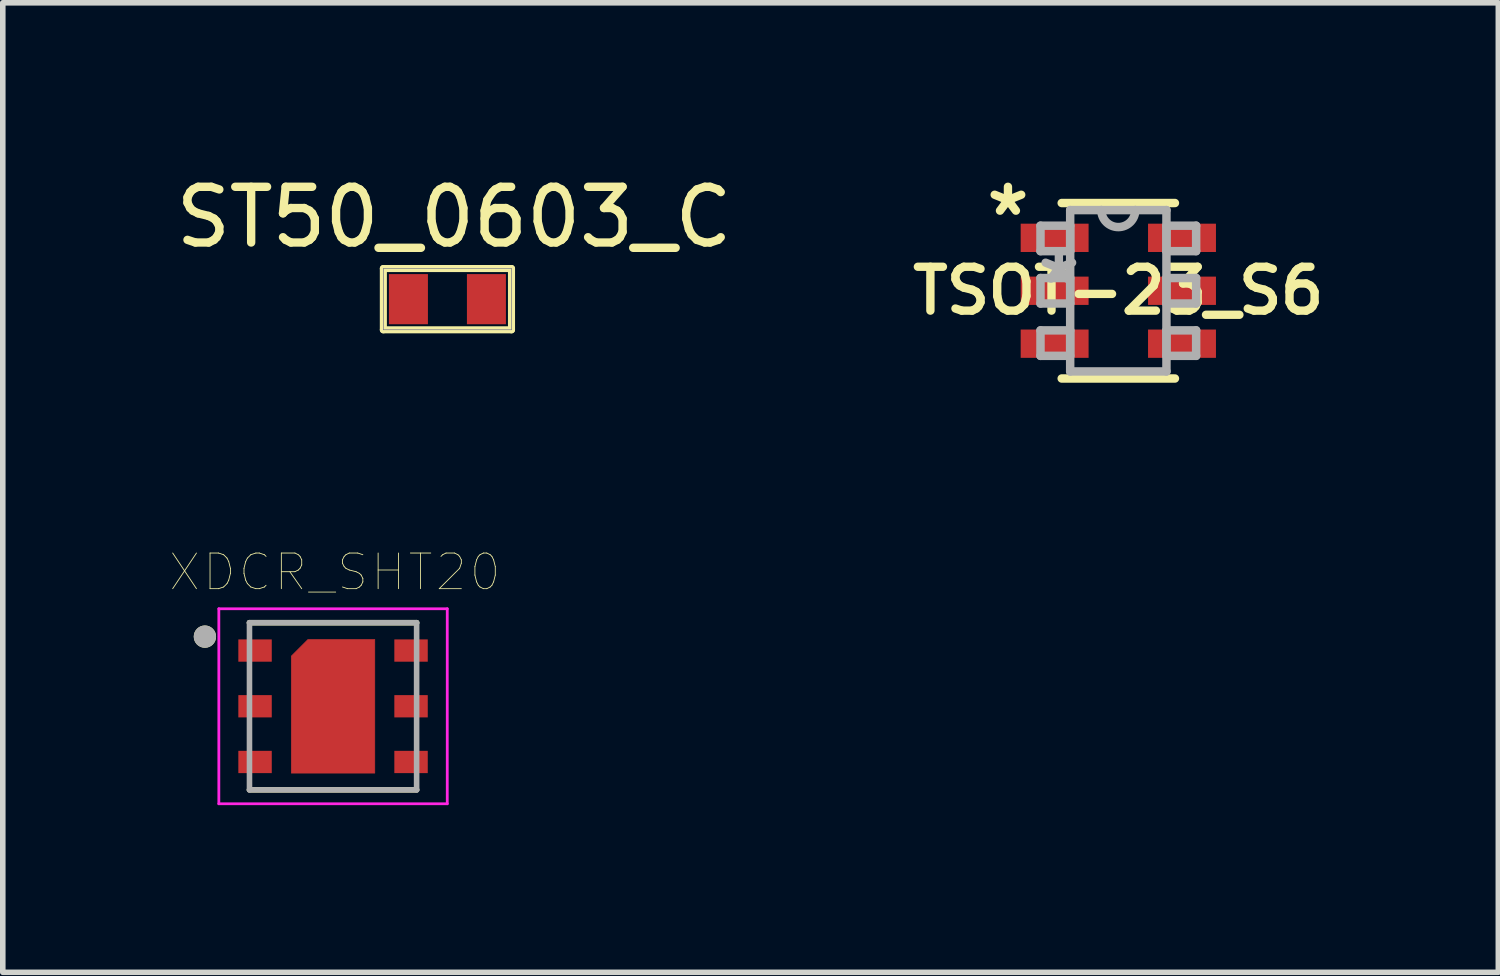
<source format=kicad_pcb>
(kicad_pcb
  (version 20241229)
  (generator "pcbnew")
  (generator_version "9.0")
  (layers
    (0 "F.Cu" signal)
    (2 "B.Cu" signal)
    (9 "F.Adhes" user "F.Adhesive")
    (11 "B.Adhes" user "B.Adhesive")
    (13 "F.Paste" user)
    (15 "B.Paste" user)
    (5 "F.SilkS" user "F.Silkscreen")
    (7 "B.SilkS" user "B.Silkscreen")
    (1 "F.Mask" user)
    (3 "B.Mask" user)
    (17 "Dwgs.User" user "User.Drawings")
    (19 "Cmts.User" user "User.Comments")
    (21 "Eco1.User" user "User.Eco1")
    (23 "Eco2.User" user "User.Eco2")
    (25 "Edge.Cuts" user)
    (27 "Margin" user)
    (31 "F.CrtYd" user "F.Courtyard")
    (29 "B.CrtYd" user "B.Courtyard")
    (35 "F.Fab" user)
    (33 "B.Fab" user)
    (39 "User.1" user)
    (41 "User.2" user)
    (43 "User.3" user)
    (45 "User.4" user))
  (footprint "ST50_0603_C"
    (layer "F.Cu")
    (at 5.101 2.278)
    (property "Reference" "ST50_0603_C" (at 0 -1.43 0) (layer "F.SilkS") (effects (font (size 1 1) (thickness 0.15))))
    (attr smd)
    (fp_line (start -1.27 -0.508) (end -1.27 0.592) (stroke (width 0.127) (type solid)) (layer "F.SilkS"))
    (fp_line (start -1.27 -0.508) (end 1.03 -0.508) (stroke (width 0.127) (type solid)) (layer "F.SilkS"))
    (fp_line (start -1.27 0.592) (end 1.03 0.592) (stroke (width 0.127) (type solid)) (layer "F.SilkS"))
    (fp_line (start 1.03 -0.508) (end 1.03 0.592) (stroke (width 0.127) (type solid)) (layer "F.SilkS"))
    (fp_line (start -1.27 -0.508) (end -1.27 0.592) (stroke (width 0.01) (type solid)) (layer "B.Fab"))
    (fp_line (start -1.27 -0.508) (end 1.03 -0.508) (stroke (width 0.01) (type solid)) (layer "B.Fab"))
    (fp_line (start -1.27 0.592) (end 1.03 0.592) (stroke (width 0.01) (type solid)) (layer "B.Fab"))
    (fp_line (start 1.03 -0.508) (end 1.03 0.592) (stroke (width 0.01) (type solid)) (layer "B.Fab"))
    (fp_line (start -0.92 -0.358) (end -0.92 0.442) (stroke (width 0.002) (type solid)) (layer "User.1"))
    (fp_line (start -0.92 -0.358) (end 0.68 -0.358) (stroke (width 0.002) (type solid)) (layer "User.1"))
    (fp_line (start 0.68 -0.358) (end 0.68 0.442) (stroke (width 0.002) (type solid)) (layer "User.1"))
    (fp_line (start 0.68 0.442) (end -0.92 0.442) (stroke (width 0.002) (type solid)) (layer "User.1"))
    (pad "1" smd rect (at -0.82 0.042) (size 0.7 0.9) (layers "F.Cu" "F.Mask" "F.Paste"))
    (pad "2" smd rect (at 0.58 0.042) (size 0.7 0.9) (layers "F.Cu" "F.Mask" "F.Paste")))
  (footprint "TSOT-23_S6"
    (layer "F.Cu")
    (at 17.023 2.169)
    (property "Reference" "TSOT-23_S6" (at 0 0 0) (layer "F.SilkS") (effects (font (size 0.787 0.787) (thickness 0.15))))
    (attr smd)
    (fp_line (start -1.016 1.575) (end 1.016 1.575) (stroke (width 0.152) (type solid)) (layer "F.SilkS"))
    (fp_line (start 1.016 -1.575) (end -1.016 -1.575) (stroke (width 0.152) (type solid)) (layer "F.SilkS"))
    (fp_line (start -1.397 -1.168) (end -1.397 -0.711) (stroke (width 0.152) (type solid)) (layer "F.Fab"))
    (fp_line (start -1.397 -0.711) (end -0.864 -0.711) (stroke (width 0.152) (type solid)) (layer "F.Fab"))
    (fp_line (start -1.397 -0.229) (end -1.397 0.229) (stroke (width 0.152) (type solid)) (layer "F.Fab"))
    (fp_line (start -1.397 0.229) (end -0.864 0.229) (stroke (width 0.152) (type solid)) (layer "F.Fab"))
    (fp_line (start -1.397 0.711) (end -1.397 1.168) (stroke (width 0.152) (type solid)) (layer "F.Fab"))
    (fp_line (start -1.397 1.168) (end -0.864 1.168) (stroke (width 0.152) (type solid)) (layer "F.Fab"))
    (fp_line (start -0.864 -1.448) (end -0.864 1.448) (stroke (width 0.152) (type solid)) (layer "F.Fab"))
    (fp_line (start -0.864 -1.168) (end -1.397 -1.168) (stroke (width 0.152) (type solid)) (layer "F.Fab"))
    (fp_line (start -0.864 -0.711) (end -0.864 -1.168) (stroke (width 0.152) (type solid)) (layer "F.Fab"))
    (fp_line (start -0.864 -0.229) (end -1.397 -0.229) (stroke (width 0.152) (type solid)) (layer "F.Fab"))
    (fp_line (start -0.864 0.229) (end -0.864 -0.229) (stroke (width 0.152) (type solid)) (layer "F.Fab"))
    (fp_line (start -0.864 0.711) (end -1.397 0.711) (stroke (width 0.152) (type solid)) (layer "F.Fab"))
    (fp_line (start -0.864 1.168) (end -0.864 0.711) (stroke (width 0.152) (type solid)) (layer "F.Fab"))
    (fp_line (start -0.864 1.448) (end 0.864 1.448) (stroke (width 0.152) (type solid)) (layer "F.Fab"))
    (fp_line (start -0.305 -1.448) (end -0.864 -1.448) (stroke (width 0.152) (type solid)) (layer "F.Fab"))
    (fp_line (start 0.305 -1.448) (end -0.305 -1.448) (stroke (width 0.152) (type solid)) (layer "F.Fab"))
    (fp_line (start 0.864 -1.448) (end 0.305 -1.448) (stroke (width 0.152) (type solid)) (layer "F.Fab"))
    (fp_line (start 0.864 -1.168) (end 0.864 -0.711) (stroke (width 0.152) (type solid)) (layer "F.Fab"))
    (fp_line (start 0.864 -0.711) (end 1.397 -0.711) (stroke (width 0.152) (type solid)) (layer "F.Fab"))
    (fp_line (start 0.864 -0.229) (end 0.864 0.229) (stroke (width 0.152) (type solid)) (layer "F.Fab"))
    (fp_line (start 0.864 0.229) (end 1.397 0.229) (stroke (width 0.152) (type solid)) (layer "F.Fab"))
    (fp_line (start 0.864 0.711) (end 0.864 1.168) (stroke (width 0.152) (type solid)) (layer "F.Fab"))
    (fp_line (start 0.864 1.168) (end 1.397 1.168) (stroke (width 0.152) (type solid)) (layer "F.Fab"))
    (fp_line (start 0.864 1.448) (end 0.864 -1.448) (stroke (width 0.152) (type solid)) (layer "F.Fab"))
    (fp_line (start 1.397 -1.168) (end 0.864 -1.168) (stroke (width 0.152) (type solid)) (layer "F.Fab"))
    (fp_line (start 1.397 -0.711) (end 1.397 -1.168) (stroke (width 0.152) (type solid)) (layer "F.Fab"))
    (fp_line (start 1.397 -0.229) (end 0.864 -0.229) (stroke (width 0.152) (type solid)) (layer "F.Fab"))
    (fp_line (start 1.397 0.229) (end 1.397 -0.229) (stroke (width 0.152) (type solid)) (layer "F.Fab"))
    (fp_line (start 1.397 0.711) (end 0.864 0.711) (stroke (width 0.152) (type solid)) (layer "F.Fab"))
    (fp_line (start 1.397 1.168) (end 1.397 0.711) (stroke (width 0.152) (type solid)) (layer "F.Fab"))
    (fp_arc (start 0.3048 -1.4478) (mid 0 -1.143) (end -0.3048 -1.4478) (stroke (width 0.1524) (type solid)) (layer "F.Fab"))
    (fp_text user "*" (at -1.981 -1.321 0) (layer "F.SilkS") (effects (font (size 1 1) (thickness 0.15))))
    (fp_text user "*" (at -1.067 -0.102 0) (layer "F.Fab") (effects (font (size 1 1) (thickness 0.15))))
    (pad "1" smd rect (at -1.143 -0.95) (size 1.219 0.508) (layers "F.Cu" "F.Mask" "F.Paste"))
    (pad "2" smd rect (at -1.143 0) (size 1.219 0.508) (layers "F.Cu" "F.Mask" "F.Paste"))
    (pad "3" smd rect (at -1.143 0.95) (size 1.219 0.508) (layers "F.Cu" "F.Mask" "F.Paste"))
    (pad "4" smd rect (at 1.143 0.95) (size 1.219 0.508) (layers "F.Cu" "F.Mask" "F.Paste"))
    (pad "5" smd rect (at 1.143 0) (size 1.219 0.508) (layers "F.Cu" "F.Mask" "F.Paste"))
    (pad "6" smd rect (at 1.143 -0.95) (size 1.219 0.508) (layers "F.Cu" "F.Mask" "F.Paste")))
  (footprint "XDCR_SHT20"
    (layer "F.Cu")
    (at 2.928 9.627)
    (property "Reference" "XDCR_SHT20" (at 0.032 -2.406 0) (layer "F.SilkS") (effects (font (size 0.64 0.64) (thickness 0.015))))
    (attr through_hole)
    (fp_poly (pts (xy -0.45 -1.2) (xy 0.75 -1.2) (xy 0.75 1.2) (xy -0.75 1.2) (xy -0.75 -0.9)) (stroke (width 0.01) (type solid)) (fill yes) (layer "F.Cu"))
    (fp_poly (pts (xy -0.85 -0.9) (xy -0.85 1.2) (xy -0.85 1.205) (xy -0.849 1.21) (xy -0.849 1.216) (xy -0.848 1.221) (xy -0.847 1.226) (xy -0.845 1.231) (xy -0.843 1.236) (xy -0.841 1.241) (xy -0.839 1.245) (xy -0.837 1.25) (xy -0.834 1.254) (xy -0.831 1.259) (xy -0.828 1.263) (xy -0.824 1.267) (xy -0.821 1.271) (xy -0.817 1.274) (xy -0.813 1.278) (xy -0.809 1.281) (xy -0.804 1.284) (xy -0.8 1.287) (xy -0.795 1.289) (xy -0.791 1.291) (xy -0.786 1.293) (xy -0.781 1.295) (xy -0.776 1.297) (xy -0.771 1.298) (xy -0.766 1.299) (xy -0.76 1.299) (xy -0.755 1.3) (xy -0.75 1.3) (xy 0.75 1.3) (xy 0.755 1.3) (xy 0.76 1.299) (xy 0.766 1.299) (xy 0.771 1.298) (xy 0.776 1.297) (xy 0.781 1.295) (xy 0.786 1.293) (xy 0.791 1.291) (xy 0.795 1.289) (xy 0.8 1.287) (xy 0.804 1.284) (xy 0.809 1.281) (xy 0.813 1.278) (xy 0.817 1.274) (xy 0.821 1.271) (xy 0.824 1.267) (xy 0.828 1.263) (xy 0.831 1.259) (xy 0.834 1.254) (xy 0.837 1.25) (xy 0.839 1.245) (xy 0.841 1.241) (xy 0.843 1.236) (xy 0.845 1.231) (xy 0.847 1.226) (xy 0.848 1.221) (xy 0.849 1.216) (xy 0.849 1.21) (xy 0.85 1.205) (xy 0.85 1.2) (xy 0.85 -1.2) (xy 0.85 -1.205) (xy 0.849 -1.21) (xy 0.849 -1.216) (xy 0.848 -1.221) (xy 0.847 -1.226) (xy 0.845 -1.231) (xy 0.843 -1.236) (xy 0.841 -1.241) (xy 0.839 -1.245) (xy 0.837 -1.25) (xy 0.834 -1.254) (xy 0.831 -1.259) (xy 0.828 -1.263) (xy 0.824 -1.267) (xy 0.821 -1.271) (xy 0.817 -1.274) (xy 0.813 -1.278) (xy 0.809 -1.281) (xy 0.804 -1.284) (xy 0.8 -1.287) (xy 0.795 -1.289) (xy 0.791 -1.291) (xy 0.786 -1.293) (xy 0.781 -1.295) (xy 0.776 -1.297) (xy 0.771 -1.298) (xy 0.766 -1.299) (xy 0.76 -1.299) (xy 0.755 -1.3) (xy 0.75 -1.3) (xy -0.521 -1.3) (xy -0.85 -0.971) (xy -0.85 -0.9)) (stroke (width 0.01) (type solid)) (fill yes) (layer "F.Mask"))
    (fp_line (start -1.5 1.5) (end 1.5 1.5) (stroke (width 0.1) (type solid)) (layer "F.SilkS"))
    (fp_line (start 1.5 -1.5) (end -1.5 -1.5) (stroke (width 0.1) (type solid)) (layer "F.SilkS"))
    (fp_circle (center -2.3 -1.25) (end -2.2 -1.25) (stroke (width 0.2) (type solid)) (fill no) (layer "F.SilkS"))
    (fp_poly (pts (xy -1.7 -1.2) (xy -1.2 -1.2) (xy -1.2 -0.8) (xy -1.7 -0.8)) (stroke (width 0.01) (type solid)) (fill yes) (layer "F.Paste"))
    (fp_poly (pts (xy -1.7 -0.2) (xy -1.2 -0.2) (xy -1.2 0.2) (xy -1.7 0.2)) (stroke (width 0.01) (type solid)) (fill yes) (layer "F.Paste"))
    (fp_poly (pts (xy -1.7 0.8) (xy -1.2 0.8) (xy -1.2 1.2) (xy -1.7 1.2)) (stroke (width 0.01) (type solid)) (fill yes) (layer "F.Paste"))
    (fp_poly (pts (xy 1.2 -1.2) (xy 1.7 -1.2) (xy 1.7 -0.8) (xy 1.2 -0.8)) (stroke (width 0.01) (type solid)) (fill yes) (layer "F.Paste"))
    (fp_poly (pts (xy 1.2 -0.2) (xy 1.7 -0.2) (xy 1.7 0.2) (xy 1.2 0.2)) (stroke (width 0.01) (type solid)) (fill yes) (layer "F.Paste"))
    (fp_poly (pts (xy 1.2 0.8) (xy 1.7 0.8) (xy 1.7 1.2) (xy 1.2 1.2)) (stroke (width 0.01) (type solid)) (fill yes) (layer "F.Paste"))
    (fp_poly (pts (xy -0.7 -0.875) (xy -0.7 1.15) (xy 0.7 1.15) (xy 0.7 -1.15) (xy -0.425 -1.15)) (stroke (width 0.01) (type solid)) (fill yes) (layer "F.Paste"))
    (fp_line (start -2.05 -1.75) (end 2.05 -1.75) (stroke (width 0.05) (type solid)) (layer "F.CrtYd"))
    (fp_line (start -2.05 1.75) (end -2.05 -1.75) (stroke (width 0.05) (type solid)) (layer "F.CrtYd"))
    (fp_line (start 2.05 -1.75) (end 2.05 1.75) (stroke (width 0.05) (type solid)) (layer "F.CrtYd"))
    (fp_line (start 2.05 1.75) (end -2.05 1.75) (stroke (width 0.05) (type solid)) (layer "F.CrtYd"))
    (fp_line (start -1.5 -1.5) (end -1.5 1.5) (stroke (width 0.1) (type solid)) (layer "F.Fab"))
    (fp_line (start -1.5 1.5) (end 1.5 1.5) (stroke (width 0.1) (type solid)) (layer "F.Fab"))
    (fp_line (start 1.5 -1.5) (end -1.5 -1.5) (stroke (width 0.1) (type solid)) (layer "F.Fab"))
    (fp_line (start 1.5 1.5) (end 1.5 -1.5) (stroke (width 0.1) (type solid)) (layer "F.Fab"))
    (fp_circle (center -2.3 -1.25) (end -2.2 -1.25) (stroke (width 0.2) (type solid)) (fill no) (layer "F.Fab"))
    (pad "1" smd rect (at -1.4 -1) (size 0.6 0.4) (layers "F.Cu" "F.Mask"))
    (pad "2" smd rect (at -1.4 0) (size 0.6 0.4) (layers "F.Cu" "F.Mask"))
    (pad "3" smd rect (at -1.4 1) (size 0.6 0.4) (layers "F.Cu" "F.Mask"))
    (pad "4" smd rect (at 1.4 1) (size 0.6 0.4) (layers "F.Cu" "F.Mask"))
    (pad "5" smd rect (at 1.4 0) (size 0.6 0.4) (layers "F.Cu" "F.Mask"))
    (pad "6" smd rect (at 1.4 -1) (size 0.6 0.4) (layers "F.Cu" "F.Mask"))
    (pad "7" smd rect (at 0 0) (size 1 1) (layers "F.Cu")))
  (gr_rect
    (start -3 -3)
    (end 23.844 14.402)
    (stroke (width 0.1) (type default))
    (fill no)
    (layer "Edge.Cuts")))
</source>
